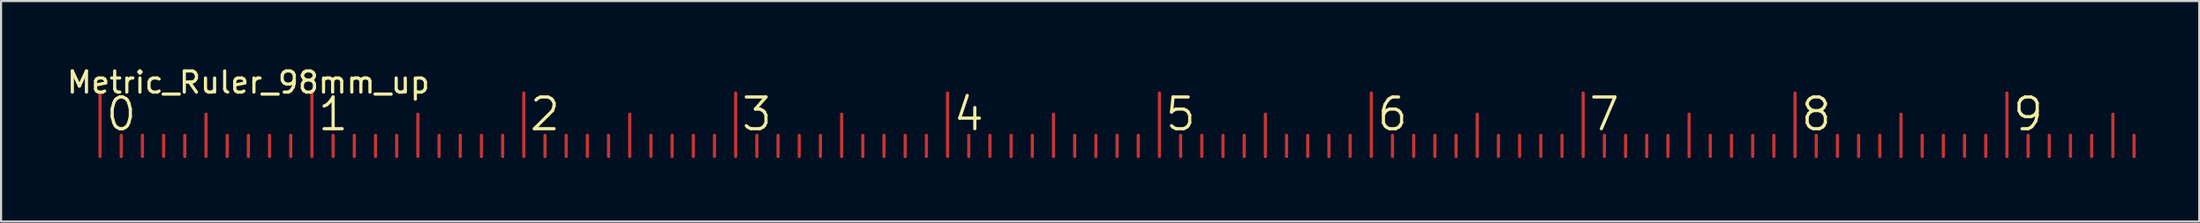
<source format=kicad_pcb>
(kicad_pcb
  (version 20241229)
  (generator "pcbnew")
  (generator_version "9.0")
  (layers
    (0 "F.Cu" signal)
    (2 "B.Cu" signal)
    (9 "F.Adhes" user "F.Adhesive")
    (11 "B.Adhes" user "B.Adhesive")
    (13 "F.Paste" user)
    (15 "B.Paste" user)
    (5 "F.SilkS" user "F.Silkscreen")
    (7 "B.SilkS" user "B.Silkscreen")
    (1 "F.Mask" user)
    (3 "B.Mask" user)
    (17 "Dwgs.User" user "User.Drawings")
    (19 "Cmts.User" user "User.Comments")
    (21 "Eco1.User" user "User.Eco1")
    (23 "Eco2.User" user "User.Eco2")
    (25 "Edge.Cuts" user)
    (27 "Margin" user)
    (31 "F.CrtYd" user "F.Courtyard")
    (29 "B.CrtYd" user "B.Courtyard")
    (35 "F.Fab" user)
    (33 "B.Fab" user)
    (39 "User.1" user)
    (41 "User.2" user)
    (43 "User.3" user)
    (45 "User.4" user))
  (footprint "Metric_Ruler_98mm_up"
    (layer "F.Cu")
    (at 8.673 0.348)
    (property "Reference" "Metric_Ruler_98mm_up" (at 0 0.5 180) (layer "F.SilkS") (effects (font (size 1 1) (thickness 0.15))))
    (attr through_hole)
    (fp_line (start -7 4) (end -7 1) (stroke (width 0.15) (type solid)) (layer "F.Cu"))
    (fp_line (start -6 4) (end -6 3) (stroke (width 0.15) (type solid)) (layer "F.Cu"))
    (fp_line (start -5 4) (end -5 3) (stroke (width 0.15) (type solid)) (layer "F.Cu"))
    (fp_line (start -4 4) (end -4 3) (stroke (width 0.15) (type solid)) (layer "F.Cu"))
    (fp_line (start -3 4) (end -3 3) (stroke (width 0.15) (type solid)) (layer "F.Cu"))
    (fp_line (start -2 4) (end -2 2) (stroke (width 0.15) (type solid)) (layer "F.Cu"))
    (fp_line (start -1 4) (end -1 3) (stroke (width 0.15) (type solid)) (layer "F.Cu"))
    (fp_line (start 0 4) (end 0 3) (stroke (width 0.15) (type solid)) (layer "F.Cu"))
    (fp_line (start 1 4) (end 1 3) (stroke (width 0.15) (type solid)) (layer "F.Cu"))
    (fp_line (start 2 4) (end 2 3) (stroke (width 0.15) (type solid)) (layer "F.Cu"))
    (fp_line (start 3 4) (end 3 1) (stroke (width 0.15) (type solid)) (layer "F.Cu"))
    (fp_line (start 4 4) (end 4 3) (stroke (width 0.15) (type solid)) (layer "F.Cu"))
    (fp_line (start 5 4) (end 5 3) (stroke (width 0.15) (type solid)) (layer "F.Cu"))
    (fp_line (start 6 4) (end 6 3) (stroke (width 0.15) (type solid)) (layer "F.Cu"))
    (fp_line (start 7 4) (end 7 3) (stroke (width 0.15) (type solid)) (layer "F.Cu"))
    (fp_line (start 8 4) (end 8 2) (stroke (width 0.15) (type solid)) (layer "F.Cu"))
    (fp_line (start 9 4) (end 9 3) (stroke (width 0.15) (type solid)) (layer "F.Cu"))
    (fp_line (start 10 4) (end 10 3) (stroke (width 0.15) (type solid)) (layer "F.Cu"))
    (fp_line (start 11 4) (end 11 3) (stroke (width 0.15) (type solid)) (layer "F.Cu"))
    (fp_line (start 12 4) (end 12 3) (stroke (width 0.15) (type solid)) (layer "F.Cu"))
    (fp_line (start 13 4) (end 13 1) (stroke (width 0.15) (type solid)) (layer "F.Cu"))
    (fp_line (start 14 4) (end 14 3) (stroke (width 0.15) (type solid)) (layer "F.Cu"))
    (fp_line (start 15 4) (end 15 3) (stroke (width 0.15) (type solid)) (layer "F.Cu"))
    (fp_line (start 16 4) (end 16 3) (stroke (width 0.15) (type solid)) (layer "F.Cu"))
    (fp_line (start 17 4) (end 17 3) (stroke (width 0.15) (type solid)) (layer "F.Cu"))
    (fp_line (start 18 4) (end 18 2) (stroke (width 0.15) (type solid)) (layer "F.Cu"))
    (fp_line (start 19 4) (end 19 3) (stroke (width 0.15) (type solid)) (layer "F.Cu"))
    (fp_line (start 20 4) (end 20 3) (stroke (width 0.15) (type solid)) (layer "F.Cu"))
    (fp_line (start 21 4) (end 21 3) (stroke (width 0.15) (type solid)) (layer "F.Cu"))
    (fp_line (start 22 4) (end 22 3) (stroke (width 0.15) (type solid)) (layer "F.Cu"))
    (fp_line (start 23 4) (end 23 1) (stroke (width 0.15) (type solid)) (layer "F.Cu"))
    (fp_line (start 24 4) (end 24 3) (stroke (width 0.15) (type solid)) (layer "F.Cu"))
    (fp_line (start 25 4) (end 25 3) (stroke (width 0.15) (type solid)) (layer "F.Cu"))
    (fp_line (start 26 4) (end 26 3) (stroke (width 0.15) (type solid)) (layer "F.Cu"))
    (fp_line (start 27 4) (end 27 3) (stroke (width 0.15) (type solid)) (layer "F.Cu"))
    (fp_line (start 28 4) (end 28 2) (stroke (width 0.15) (type solid)) (layer "F.Cu"))
    (fp_line (start 29 4) (end 29 3) (stroke (width 0.15) (type solid)) (layer "F.Cu"))
    (fp_line (start 30 4) (end 30 3) (stroke (width 0.15) (type solid)) (layer "F.Cu"))
    (fp_line (start 31 4) (end 31 3) (stroke (width 0.15) (type solid)) (layer "F.Cu"))
    (fp_line (start 32 4) (end 32 3) (stroke (width 0.15) (type solid)) (layer "F.Cu"))
    (fp_line (start 33 4) (end 33 1) (stroke (width 0.15) (type solid)) (layer "F.Cu"))
    (fp_line (start 34 4) (end 34 3) (stroke (width 0.15) (type solid)) (layer "F.Cu"))
    (fp_line (start 35 4) (end 35 3) (stroke (width 0.15) (type solid)) (layer "F.Cu"))
    (fp_line (start 36 4) (end 36 3) (stroke (width 0.15) (type solid)) (layer "F.Cu"))
    (fp_line (start 37 4) (end 37 3) (stroke (width 0.15) (type solid)) (layer "F.Cu"))
    (fp_line (start 38 4) (end 38 2) (stroke (width 0.15) (type solid)) (layer "F.Cu"))
    (fp_line (start 39 4) (end 39 3) (stroke (width 0.15) (type solid)) (layer "F.Cu"))
    (fp_line (start 40 4) (end 40 3) (stroke (width 0.15) (type solid)) (layer "F.Cu"))
    (fp_line (start 41 4) (end 41 3) (stroke (width 0.15) (type solid)) (layer "F.Cu"))
    (fp_line (start 42 4) (end 42 3) (stroke (width 0.15) (type solid)) (layer "F.Cu"))
    (fp_line (start 43 4) (end 43 1) (stroke (width 0.15) (type solid)) (layer "F.Cu"))
    (fp_line (start 44 4) (end 44 3) (stroke (width 0.15) (type solid)) (layer "F.Cu"))
    (fp_line (start 45 4) (end 45 3) (stroke (width 0.15) (type solid)) (layer "F.Cu"))
    (fp_line (start 46 4) (end 46 3) (stroke (width 0.15) (type solid)) (layer "F.Cu"))
    (fp_line (start 47 4) (end 47 3) (stroke (width 0.15) (type solid)) (layer "F.Cu"))
    (fp_line (start 48 4) (end 48 2) (stroke (width 0.15) (type solid)) (layer "F.Cu"))
    (fp_line (start 49 4) (end 49 3) (stroke (width 0.15) (type solid)) (layer "F.Cu"))
    (fp_line (start 50 4) (end 50 3) (stroke (width 0.15) (type solid)) (layer "F.Cu"))
    (fp_line (start 51 4) (end 51 3) (stroke (width 0.15) (type solid)) (layer "F.Cu"))
    (fp_line (start 52 4) (end 52 3) (stroke (width 0.15) (type solid)) (layer "F.Cu"))
    (fp_line (start 53 4) (end 53 1) (stroke (width 0.15) (type solid)) (layer "F.Cu"))
    (fp_line (start 54 4) (end 54 3) (stroke (width 0.15) (type solid)) (layer "F.Cu"))
    (fp_line (start 55 4) (end 55 3) (stroke (width 0.15) (type solid)) (layer "F.Cu"))
    (fp_line (start 56 4) (end 56 3) (stroke (width 0.15) (type solid)) (layer "F.Cu"))
    (fp_line (start 57 4) (end 57 3) (stroke (width 0.15) (type solid)) (layer "F.Cu"))
    (fp_line (start 58 4) (end 58 2) (stroke (width 0.15) (type solid)) (layer "F.Cu"))
    (fp_line (start 59 4) (end 59 3) (stroke (width 0.15) (type solid)) (layer "F.Cu"))
    (fp_line (start 60 4) (end 60 3) (stroke (width 0.15) (type solid)) (layer "F.Cu"))
    (fp_line (start 61 4) (end 61 3) (stroke (width 0.15) (type solid)) (layer "F.Cu"))
    (fp_line (start 62 4) (end 62 3) (stroke (width 0.15) (type solid)) (layer "F.Cu"))
    (fp_line (start 63 4) (end 63 1) (stroke (width 0.15) (type solid)) (layer "F.Cu"))
    (fp_line (start 64 4) (end 64 3) (stroke (width 0.15) (type solid)) (layer "F.Cu"))
    (fp_line (start 65 4) (end 65 3) (stroke (width 0.15) (type solid)) (layer "F.Cu"))
    (fp_line (start 66 4) (end 66 3) (stroke (width 0.15) (type solid)) (layer "F.Cu"))
    (fp_line (start 67 4) (end 67 3) (stroke (width 0.15) (type solid)) (layer "F.Cu"))
    (fp_line (start 68 4) (end 68 2) (stroke (width 0.15) (type solid)) (layer "F.Cu"))
    (fp_line (start 69 4) (end 69 3) (stroke (width 0.15) (type solid)) (layer "F.Cu"))
    (fp_line (start 70 4) (end 70 3) (stroke (width 0.15) (type solid)) (layer "F.Cu"))
    (fp_line (start 71 4) (end 71 3) (stroke (width 0.15) (type solid)) (layer "F.Cu"))
    (fp_line (start 72 4) (end 72 3) (stroke (width 0.15) (type solid)) (layer "F.Cu"))
    (fp_line (start 73 4) (end 73 1) (stroke (width 0.15) (type solid)) (layer "F.Cu"))
    (fp_line (start 74 4) (end 74 3) (stroke (width 0.15) (type solid)) (layer "F.Cu"))
    (fp_line (start 75 4) (end 75 3) (stroke (width 0.15) (type solid)) (layer "F.Cu"))
    (fp_line (start 76 4) (end 76 3) (stroke (width 0.15) (type solid)) (layer "F.Cu"))
    (fp_line (start 77 4) (end 77 3) (stroke (width 0.15) (type solid)) (layer "F.Cu"))
    (fp_line (start 78 4) (end 78 2) (stroke (width 0.15) (type solid)) (layer "F.Cu"))
    (fp_line (start 79 4) (end 79 3) (stroke (width 0.15) (type solid)) (layer "F.Cu"))
    (fp_line (start 80 4) (end 80 3) (stroke (width 0.15) (type solid)) (layer "F.Cu"))
    (fp_line (start 81 4) (end 81 3) (stroke (width 0.15) (type solid)) (layer "F.Cu"))
    (fp_line (start 82 4) (end 82 3) (stroke (width 0.15) (type solid)) (layer "F.Cu"))
    (fp_line (start 83 4) (end 83 1) (stroke (width 0.15) (type solid)) (layer "F.Cu"))
    (fp_line (start 84 4) (end 84 3) (stroke (width 0.15) (type solid)) (layer "F.Cu"))
    (fp_line (start 85 4) (end 85 3) (stroke (width 0.15) (type solid)) (layer "F.Cu"))
    (fp_line (start 86 4) (end 86 3) (stroke (width 0.15) (type solid)) (layer "F.Cu"))
    (fp_line (start 87 4) (end 87 3) (stroke (width 0.15) (type solid)) (layer "F.Cu"))
    (fp_line (start 88 4) (end 88 2) (stroke (width 0.15) (type solid)) (layer "F.Cu"))
    (fp_line (start 89 4) (end 89 3) (stroke (width 0.15) (type solid)) (layer "F.Cu"))
    (fp_line (start -7 1) (end -7 1) (stroke (width 0.15) (type solid)) (layer "F.Mask"))
    (fp_line (start -7 4) (end -7 1) (stroke (width 0.15) (type solid)) (layer "F.Mask"))
    (fp_line (start -6 4) (end -6 3) (stroke (width 0.15) (type solid)) (layer "F.Mask"))
    (fp_line (start -5 4) (end -5 3) (stroke (width 0.15) (type solid)) (layer "F.Mask"))
    (fp_line (start -4 4) (end -4 3) (stroke (width 0.15) (type solid)) (layer "F.Mask"))
    (fp_line (start -3 4) (end -3 3) (stroke (width 0.15) (type solid)) (layer "F.Mask"))
    (fp_line (start -2 4) (end -2 2) (stroke (width 0.15) (type solid)) (layer "F.Mask"))
    (fp_line (start -1 4) (end -1 3) (stroke (width 0.15) (type solid)) (layer "F.Mask"))
    (fp_line (start 0 4) (end 0 3) (stroke (width 0.15) (type solid)) (layer "F.Mask"))
    (fp_line (start 1 4) (end 1 3) (stroke (width 0.15) (type solid)) (layer "F.Mask"))
    (fp_line (start 2 4) (end 2 3) (stroke (width 0.15) (type solid)) (layer "F.Mask"))
    (fp_line (start 3 4) (end 3 1) (stroke (width 0.15) (type solid)) (layer "F.Mask"))
    (fp_line (start 4 4) (end 4 3) (stroke (width 0.15) (type solid)) (layer "F.Mask"))
    (fp_line (start 5 4) (end 5 3) (stroke (width 0.15) (type solid)) (layer "F.Mask"))
    (fp_line (start 6 4) (end 6 3) (stroke (width 0.15) (type solid)) (layer "F.Mask"))
    (fp_line (start 7 4) (end 7 3) (stroke (width 0.15) (type solid)) (layer "F.Mask"))
    (fp_line (start 8 4) (end 8 2) (stroke (width 0.15) (type solid)) (layer "F.Mask"))
    (fp_line (start 9 4) (end 9 3) (stroke (width 0.15) (type solid)) (layer "F.Mask"))
    (fp_line (start 10 4) (end 10 3) (stroke (width 0.15) (type solid)) (layer "F.Mask"))
    (fp_line (start 11 4) (end 11 3) (stroke (width 0.15) (type solid)) (layer "F.Mask"))
    (fp_line (start 12 4) (end 12 3) (stroke (width 0.15) (type solid)) (layer "F.Mask"))
    (fp_line (start 13 4) (end 13 1) (stroke (width 0.15) (type solid)) (layer "F.Mask"))
    (fp_line (start 14 4) (end 14 3) (stroke (width 0.15) (type solid)) (layer "F.Mask"))
    (fp_line (start 15 4) (end 15 3) (stroke (width 0.15) (type solid)) (layer "F.Mask"))
    (fp_line (start 16 4) (end 16 3) (stroke (width 0.15) (type solid)) (layer "F.Mask"))
    (fp_line (start 17 4) (end 17 3) (stroke (width 0.15) (type solid)) (layer "F.Mask"))
    (fp_line (start 18 4) (end 18 2) (stroke (width 0.15) (type solid)) (layer "F.Mask"))
    (fp_line (start 19 4) (end 19 3) (stroke (width 0.15) (type solid)) (layer "F.Mask"))
    (fp_line (start 20 4) (end 20 3) (stroke (width 0.15) (type solid)) (layer "F.Mask"))
    (fp_line (start 21 4) (end 21 3) (stroke (width 0.15) (type solid)) (layer "F.Mask"))
    (fp_line (start 22 4) (end 22 3) (stroke (width 0.15) (type solid)) (layer "F.Mask"))
    (fp_line (start 23 4) (end 23 1) (stroke (width 0.15) (type solid)) (layer "F.Mask"))
    (fp_line (start 24 4) (end 24 3) (stroke (width 0.15) (type solid)) (layer "F.Mask"))
    (fp_line (start 25 4) (end 25 3) (stroke (width 0.15) (type solid)) (layer "F.Mask"))
    (fp_line (start 26 4) (end 26 3) (stroke (width 0.15) (type solid)) (layer "F.Mask"))
    (fp_line (start 27 4) (end 27 3) (stroke (width 0.15) (type solid)) (layer "F.Mask"))
    (fp_line (start 28 4) (end 28 2) (stroke (width 0.15) (type solid)) (layer "F.Mask"))
    (fp_line (start 29 4) (end 29 3) (stroke (width 0.15) (type solid)) (layer "F.Mask"))
    (fp_line (start 30 4) (end 30 3) (stroke (width 0.15) (type solid)) (layer "F.Mask"))
    (fp_line (start 31 4) (end 31 3) (stroke (width 0.15) (type solid)) (layer "F.Mask"))
    (fp_line (start 32 4) (end 32 3) (stroke (width 0.15) (type solid)) (layer "F.Mask"))
    (fp_line (start 33 4) (end 33 1) (stroke (width 0.15) (type solid)) (layer "F.Mask"))
    (fp_line (start 34 4) (end 34 3) (stroke (width 0.15) (type solid)) (layer "F.Mask"))
    (fp_line (start 35 4) (end 35 3) (stroke (width 0.15) (type solid)) (layer "F.Mask"))
    (fp_line (start 36 4) (end 36 3) (stroke (width 0.15) (type solid)) (layer "F.Mask"))
    (fp_line (start 37 4) (end 37 3) (stroke (width 0.15) (type solid)) (layer "F.Mask"))
    (fp_line (start 38 4) (end 38 2) (stroke (width 0.15) (type solid)) (layer "F.Mask"))
    (fp_line (start 39 4) (end 39 3) (stroke (width 0.15) (type solid)) (layer "F.Mask"))
    (fp_line (start 40 4) (end 40 3) (stroke (width 0.15) (type solid)) (layer "F.Mask"))
    (fp_line (start 41 4) (end 41 3) (stroke (width 0.15) (type solid)) (layer "F.Mask"))
    (fp_line (start 42 4) (end 42 3) (stroke (width 0.15) (type solid)) (layer "F.Mask"))
    (fp_line (start 43 4) (end 43 1) (stroke (width 0.15) (type solid)) (layer "F.Mask"))
    (fp_line (start 44 4) (end 44 3) (stroke (width 0.15) (type solid)) (layer "F.Mask"))
    (fp_line (start 45 4) (end 45 3) (stroke (width 0.15) (type solid)) (layer "F.Mask"))
    (fp_line (start 46 4) (end 46 3) (stroke (width 0.15) (type solid)) (layer "F.Mask"))
    (fp_line (start 47 4) (end 47 3) (stroke (width 0.15) (type solid)) (layer "F.Mask"))
    (fp_line (start 48 4) (end 48 2) (stroke (width 0.15) (type solid)) (layer "F.Mask"))
    (fp_line (start 49 4) (end 49 3) (stroke (width 0.15) (type solid)) (layer "F.Mask"))
    (fp_line (start 50 4) (end 50 3) (stroke (width 0.15) (type solid)) (layer "F.Mask"))
    (fp_line (start 51 4) (end 51 3) (stroke (width 0.15) (type solid)) (layer "F.Mask"))
    (fp_line (start 52 4) (end 52 3) (stroke (width 0.15) (type solid)) (layer "F.Mask"))
    (fp_line (start 53 4) (end 53 1) (stroke (width 0.15) (type solid)) (layer "F.Mask"))
    (fp_line (start 54 4) (end 54 3) (stroke (width 0.15) (type solid)) (layer "F.Mask"))
    (fp_line (start 55 4) (end 55 3) (stroke (width 0.15) (type solid)) (layer "F.Mask"))
    (fp_line (start 56 4) (end 56 3) (stroke (width 0.15) (type solid)) (layer "F.Mask"))
    (fp_line (start 57 4) (end 57 3) (stroke (width 0.15) (type solid)) (layer "F.Mask"))
    (fp_line (start 58 4) (end 58 2) (stroke (width 0.15) (type solid)) (layer "F.Mask"))
    (fp_line (start 59 4) (end 59 3) (stroke (width 0.15) (type solid)) (layer "F.Mask"))
    (fp_line (start 60 4) (end 60 3) (stroke (width 0.15) (type solid)) (layer "F.Mask"))
    (fp_line (start 61 4) (end 61 3) (stroke (width 0.15) (type solid)) (layer "F.Mask"))
    (fp_line (start 62 4) (end 62 3) (stroke (width 0.15) (type solid)) (layer "F.Mask"))
    (fp_line (start 63 4) (end 63 1) (stroke (width 0.15) (type solid)) (layer "F.Mask"))
    (fp_line (start 64 4) (end 64 3) (stroke (width 0.15) (type solid)) (layer "F.Mask"))
    (fp_line (start 65 4) (end 65 3) (stroke (width 0.15) (type solid)) (layer "F.Mask"))
    (fp_line (start 66 4) (end 66 3) (stroke (width 0.15) (type solid)) (layer "F.Mask"))
    (fp_line (start 67 4) (end 67 3) (stroke (width 0.15) (type solid)) (layer "F.Mask"))
    (fp_line (start 68 4) (end 68 2) (stroke (width 0.15) (type solid)) (layer "F.Mask"))
    (fp_line (start 69 4) (end 69 3) (stroke (width 0.15) (type solid)) (layer "F.Mask"))
    (fp_line (start 70 4) (end 70 3) (stroke (width 0.15) (type solid)) (layer "F.Mask"))
    (fp_line (start 71 4) (end 71 3) (stroke (width 0.15) (type solid)) (layer "F.Mask"))
    (fp_line (start 72 4) (end 72 3) (stroke (width 0.15) (type solid)) (layer "F.Mask"))
    (fp_line (start 73 4) (end 73 1) (stroke (width 0.15) (type solid)) (layer "F.Mask"))
    (fp_line (start 74 4) (end 74 3) (stroke (width 0.15) (type solid)) (layer "F.Mask"))
    (fp_line (start 75 4) (end 75 3) (stroke (width 0.15) (type solid)) (layer "F.Mask"))
    (fp_line (start 76 4) (end 76 3) (stroke (width 0.15) (type solid)) (layer "F.Mask"))
    (fp_line (start 77 4) (end 77 3) (stroke (width 0.15) (type solid)) (layer "F.Mask"))
    (fp_line (start 78 4) (end 78 2) (stroke (width 0.15) (type solid)) (layer "F.Mask"))
    (fp_line (start 79 4) (end 79 3) (stroke (width 0.15) (type solid)) (layer "F.Mask"))
    (fp_line (start 80 4) (end 80 3) (stroke (width 0.15) (type solid)) (layer "F.Mask"))
    (fp_line (start 81 4) (end 81 3) (stroke (width 0.15) (type solid)) (layer "F.Mask"))
    (fp_line (start 82 4) (end 82 3) (stroke (width 0.15) (type solid)) (layer "F.Mask"))
    (fp_line (start 83 4) (end 83 1) (stroke (width 0.15) (type solid)) (layer "F.Mask"))
    (fp_line (start 84 4) (end 84 3) (stroke (width 0.15) (type solid)) (layer "F.Mask"))
    (fp_line (start 85 4) (end 85 3) (stroke (width 0.15) (type solid)) (layer "F.Mask"))
    (fp_line (start 86 4) (end 86 3) (stroke (width 0.15) (type solid)) (layer "F.Mask"))
    (fp_line (start 87 4) (end 87 3) (stroke (width 0.15) (type solid)) (layer "F.Mask"))
    (fp_line (start 88 4) (end 88 2) (stroke (width 0.15) (type solid)) (layer "F.Mask"))
    (fp_line (start 89 4) (end 89 3) (stroke (width 0.15) (type solid)) (layer "F.Mask"))
    (fp_text user "9" (at 84 2 180) (layer "F.SilkS") (effects (font (size 1.5 1.5) (thickness 0.15))))
    (fp_text user "0" (at -6 2 180) (layer "F.SilkS") (effects (font (size 1.5 1.5) (thickness 0.15))))
    (fp_text user "5" (at 44 2 180) (layer "F.SilkS") (effects (font (size 1.5 1.5) (thickness 0.15))))
    (fp_text user "8" (at 74 2 180) (layer "F.SilkS") (effects (font (size 1.5 1.5) (thickness 0.15))))
    (fp_text user "6" (at 54 2 180) (layer "F.SilkS") (effects (font (size 1.5 1.5) (thickness 0.15))))
    (fp_text user "4" (at 34 2 180) (layer "F.SilkS") (effects (font (size 1.5 1.5) (thickness 0.15))))
    (fp_text user "1" (at 4 2 180) (layer "F.SilkS") (effects (font (size 1.5 1.5) (thickness 0.15))))
    (fp_text user "7" (at 64 2 180) (layer "F.SilkS") (effects (font (size 1.5 1.5) (thickness 0.15))))
    (fp_text user "3" (at 24 2 180) (layer "F.SilkS") (effects (font (size 1.5 1.5) (thickness 0.15))))
    (fp_text user "2" (at 14 2 180) (layer "F.SilkS") (effects (font (size 1.5 1.5) (thickness 0.15)))))
  (gr_rect
    (start -3 -3)
    (end 100.748 7.423)
    (stroke (width 0.1) (type default))
    (fill no)
    (layer "Edge.Cuts")))
</source>
